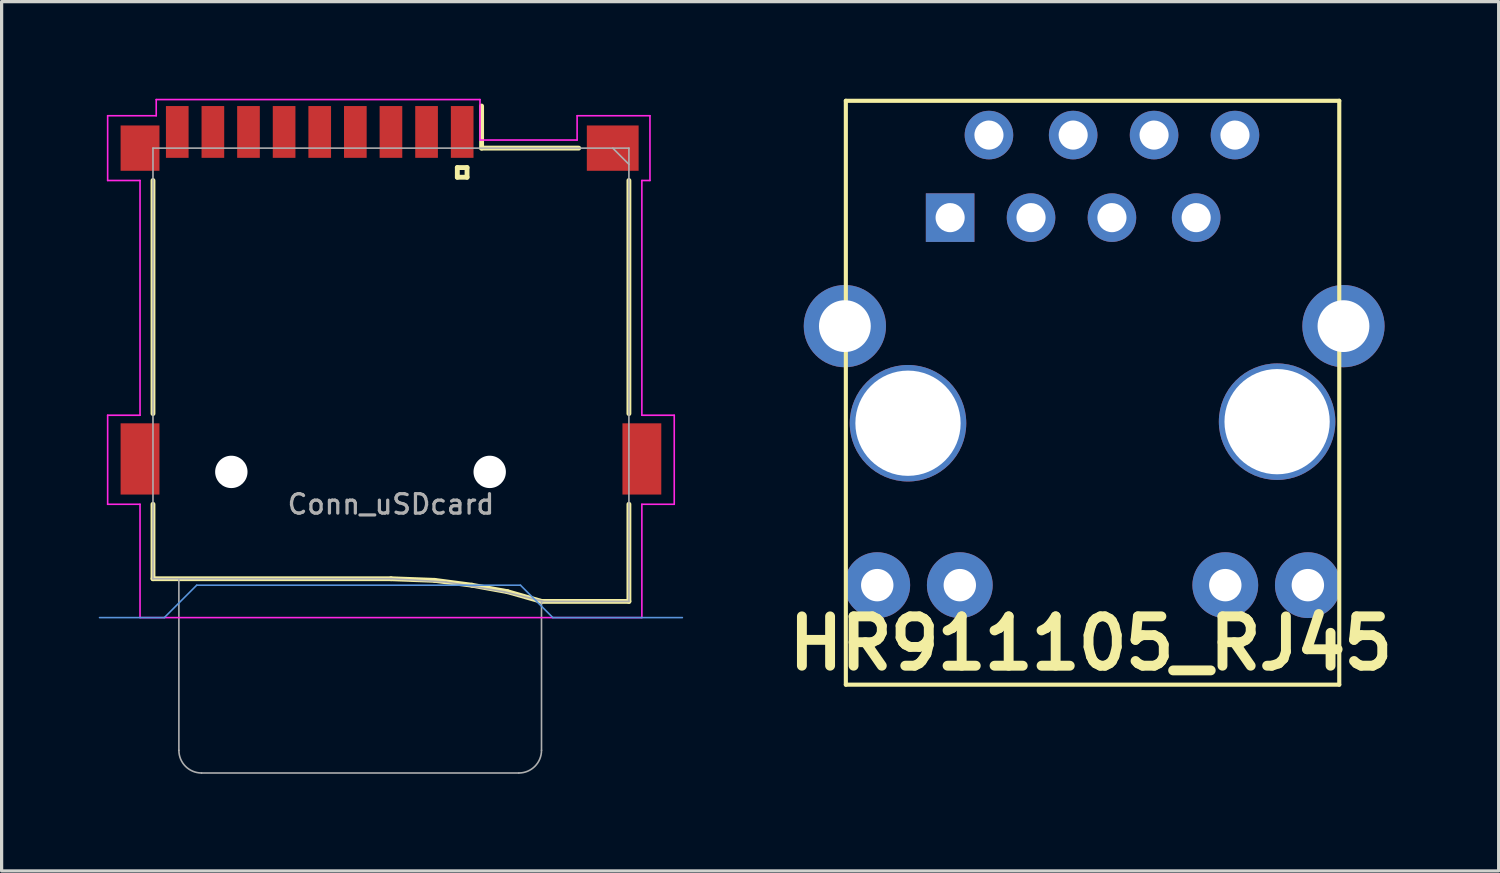
<source format=kicad_pcb>
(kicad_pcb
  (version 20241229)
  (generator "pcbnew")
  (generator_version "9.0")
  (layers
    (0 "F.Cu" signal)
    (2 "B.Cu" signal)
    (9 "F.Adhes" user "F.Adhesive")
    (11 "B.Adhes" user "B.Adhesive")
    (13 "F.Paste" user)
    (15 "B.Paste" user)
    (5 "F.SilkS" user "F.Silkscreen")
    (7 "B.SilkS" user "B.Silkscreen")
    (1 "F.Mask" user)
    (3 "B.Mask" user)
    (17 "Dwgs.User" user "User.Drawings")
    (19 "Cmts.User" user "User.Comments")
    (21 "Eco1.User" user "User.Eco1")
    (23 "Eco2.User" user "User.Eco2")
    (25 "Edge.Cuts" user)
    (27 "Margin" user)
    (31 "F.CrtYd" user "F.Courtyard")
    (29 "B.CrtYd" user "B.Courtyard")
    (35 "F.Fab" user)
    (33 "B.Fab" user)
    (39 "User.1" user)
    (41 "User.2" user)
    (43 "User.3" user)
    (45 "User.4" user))
  (footprint "Conn_uSDcard"
    (layer "F.Cu")
    (at 9.025 11.525)
    (property "Reference" "Conn_uSDcard" (at 0 1 180) (layer "F.Fab") (effects (font (size 0.6 0.6) (thickness 0.1))))
    (attr through_hole)
    (fp_line (start -7.35 -1.8) (end -7.35 -9) (stroke (width 0.15) (type solid)) (layer "F.SilkS"))
    (fp_line (start -7.35 1) (end -7.35 3.3) (stroke (width 0.15) (type solid)) (layer "F.SilkS"))
    (fp_line (start -7.35 3.3) (end 0 3.3) (stroke (width 0.15) (type solid)) (layer "F.SilkS"))
    (fp_line (start 0 3.3) (end 1.35 3.35) (stroke (width 0.15) (type solid)) (layer "F.SilkS"))
    (fp_line (start 1.35 3.35) (end 2.5 3.5) (stroke (width 0.15) (type solid)) (layer "F.SilkS"))
    (fp_line (start 2.05 -9.4) (end 2.05 -9.1) (stroke (width 0.15) (type solid)) (layer "F.SilkS"))
    (fp_line (start 2.05 -9.1) (end 2.35 -9.1) (stroke (width 0.15) (type solid)) (layer "F.SilkS"))
    (fp_line (start 2.35 -9.4) (end 2.05 -9.4) (stroke (width 0.15) (type solid)) (layer "F.SilkS"))
    (fp_line (start 2.35 -9.1) (end 2.35 -9.4) (stroke (width 0.15) (type solid)) (layer "F.SilkS"))
    (fp_line (start 2.5 3.5) (end 3.6 3.7) (stroke (width 0.15) (type solid)) (layer "F.SilkS"))
    (fp_line (start 2.8 -10) (end 2.8 -11.3) (stroke (width 0.15) (type solid)) (layer "F.SilkS"))
    (fp_line (start 2.8 -10) (end 5.8 -10) (stroke (width 0.15) (type solid)) (layer "F.SilkS"))
    (fp_line (start 3.6 3.7) (end 4.65 4) (stroke (width 0.15) (type solid)) (layer "F.SilkS"))
    (fp_line (start 4.65 4) (end 7.35 4) (stroke (width 0.15) (type solid)) (layer "F.SilkS"))
    (fp_line (start 7.35 -9) (end 7.35 -1.8) (stroke (width 0.15) (type solid)) (layer "F.SilkS"))
    (fp_line (start 7.35 4) (end 7.35 1) (stroke (width 0.15) (type solid)) (layer "F.SilkS"))
    (fp_line (start -9 4.5) (end -7 4.5) (stroke (width 0.05) (type solid)) (layer "Cmts.User"))
    (fp_line (start -7 4.5) (end -6 3.5) (stroke (width 0.05) (type solid)) (layer "Cmts.User"))
    (fp_line (start -6 3.5) (end 4 3.5) (stroke (width 0.05) (type solid)) (layer "Cmts.User"))
    (fp_line (start 4 3.5) (end 5 4.5) (stroke (width 0.05) (type solid)) (layer "Cmts.User"))
    (fp_line (start 5 4.5) (end 9 4.5) (stroke (width 0.05) (type solid)) (layer "Cmts.User"))
    (fp_line (start -8.75 -11) (end -7.25 -11) (stroke (width 0.05) (type solid)) (layer "F.CrtYd"))
    (fp_line (start -8.75 -9) (end -8.75 -11) (stroke (width 0.05) (type solid)) (layer "F.CrtYd"))
    (fp_line (start -8.75 -1.75) (end -7.75 -1.75) (stroke (width 0.05) (type solid)) (layer "F.CrtYd"))
    (fp_line (start -8.75 1) (end -8.75 -1.75) (stroke (width 0.05) (type solid)) (layer "F.CrtYd"))
    (fp_line (start -7.75 -9) (end -8.75 -9) (stroke (width 0.05) (type solid)) (layer "F.CrtYd"))
    (fp_line (start -7.75 -1.75) (end -7.75 -9) (stroke (width 0.05) (type solid)) (layer "F.CrtYd"))
    (fp_line (start -7.75 1) (end -8.75 1) (stroke (width 0.05) (type solid)) (layer "F.CrtYd"))
    (fp_line (start -7.75 4.5) (end -7.75 1) (stroke (width 0.05) (type solid)) (layer "F.CrtYd"))
    (fp_line (start -7.75 4.5) (end 7.75 4.5) (stroke (width 0.05) (type solid)) (layer "F.CrtYd"))
    (fp_line (start -7.25 -11.5) (end 2.75 -11.5) (stroke (width 0.05) (type solid)) (layer "F.CrtYd"))
    (fp_line (start -7.25 -11) (end -7.25 -11.5) (stroke (width 0.05) (type solid)) (layer "F.CrtYd"))
    (fp_line (start 2.75 -11.5) (end 2.75 -10.25) (stroke (width 0.05) (type solid)) (layer "F.CrtYd"))
    (fp_line (start 2.75 -10.25) (end 5.75 -10.25) (stroke (width 0.05) (type solid)) (layer "F.CrtYd"))
    (fp_line (start 5.75 -11) (end 8 -11) (stroke (width 0.05) (type solid)) (layer "F.CrtYd"))
    (fp_line (start 5.75 -10.25) (end 5.75 -11) (stroke (width 0.05) (type solid)) (layer "F.CrtYd"))
    (fp_line (start 7.75 -9) (end 7.75 -1.75) (stroke (width 0.05) (type solid)) (layer "F.CrtYd"))
    (fp_line (start 7.75 -1.75) (end 8.75 -1.75) (stroke (width 0.05) (type solid)) (layer "F.CrtYd"))
    (fp_line (start 7.75 1) (end 7.75 4.5) (stroke (width 0.05) (type solid)) (layer "F.CrtYd"))
    (fp_line (start 8 -11) (end 8 -9) (stroke (width 0.05) (type solid)) (layer "F.CrtYd"))
    (fp_line (start 8 -9) (end 7.75 -9) (stroke (width 0.05) (type solid)) (layer "F.CrtYd"))
    (fp_line (start 8.75 -1.75) (end 8.75 1) (stroke (width 0.05) (type solid)) (layer "F.CrtYd"))
    (fp_line (start 8.75 1) (end 7.75 1) (stroke (width 0.05) (type solid)) (layer "F.CrtYd"))
    (fp_line (start -7.35 -10) (end -7.35 3.3) (stroke (width 0.05) (type solid)) (layer "F.Fab"))
    (fp_line (start -7.35 -10) (end 7.35 -10) (stroke (width 0.05) (type solid)) (layer "F.Fab"))
    (fp_line (start -7.35 3.3) (end 0 3.3) (stroke (width 0.05) (type solid)) (layer "F.Fab"))
    (fp_line (start -6.55 8.6) (end -6.55 3.3) (stroke (width 0.05) (type solid)) (layer "F.Fab"))
    (fp_line (start -5.85 9.3) (end 3.95 9.3) (stroke (width 0.05) (type solid)) (layer "F.Fab"))
    (fp_line (start 0 3.3) (end 1.7 3.4) (stroke (width 0.05) (type solid)) (layer "F.Fab"))
    (fp_line (start 1.7 3.4) (end 3.5 3.7) (stroke (width 0.05) (type solid)) (layer "F.Fab"))
    (fp_line (start 3.5 3.7) (end 4.7 4) (stroke (width 0.05) (type solid)) (layer "F.Fab"))
    (fp_line (start 4.65 4) (end 7.35 4) (stroke (width 0.05) (type solid)) (layer "F.Fab"))
    (fp_line (start 4.65 8.6) (end 4.65 4) (stroke (width 0.05) (type solid)) (layer "F.Fab"))
    (fp_line (start 7.35 -10) (end 7.35 4) (stroke (width 0.05) (type solid)) (layer "F.Fab"))
    (fp_line (start 7.35 -9.5) (end 6.85 -10) (stroke (width 0.05) (type solid)) (layer "F.Fab"))
    (fp_arc (start -5.85 9.3) (mid -6.344975 9.094975) (end -6.55 8.6) (stroke (width 0.05) (type solid)) (layer "F.Fab"))
    (fp_arc (start 4.65 8.6) (mid 4.444975 9.094975) (end 3.95 9.3) (stroke (width 0.05) (type solid)) (layer "F.Fab"))
    (fp_text user "${REFERENCE}" (at 2.1 -9.35 180) (layer "Eco1.User") (effects (font (size 0.3 0.3) (thickness 0.03))))
    (pad "" np_thru_hole circle (at -4.93 0) (size 1 1) (drill 1) (layers "*.Cu"))
    (pad "" np_thru_hole circle (at 3.05 0) (size 1 1) (drill 1) (layers "*.Cu"))
    (pad "1" smd rect (at 2.2 -10.5) (size 0.7 1.6) (layers "F.Cu" "F.Mask" "F.Paste"))
    (pad "2" smd rect (at 1.1 -10.5) (size 0.7 1.6) (layers "F.Cu" "F.Mask" "F.Paste"))
    (pad "3" smd rect (at 0 -10.5) (size 0.7 1.6) (layers "F.Cu" "F.Mask" "F.Paste"))
    (pad "4" smd rect (at -1.1 -10.5) (size 0.7 1.6) (layers "F.Cu" "F.Mask" "F.Paste"))
    (pad "5" smd rect (at -2.2 -10.5) (size 0.7 1.6) (layers "F.Cu" "F.Mask" "F.Paste"))
    (pad "6" smd rect (at -7.75 -10) (size 1.2 1.4) (layers "F.Cu" "F.Mask" "F.Paste"))
    (pad "6" smd rect (at -7.75 -0.4) (size 1.2 2.2) (layers "F.Cu" "F.Mask" "F.Paste"))
    (pad "6" smd rect (at -3.3 -10.5) (size 0.7 1.6) (layers "F.Cu" "F.Mask" "F.Paste"))
    (pad "6" smd rect (at 6.85 -10) (size 1.6 1.4) (layers "F.Cu" "F.Mask" "F.Paste"))
    (pad "6" smd rect (at 7.75 -0.4) (size 1.2 2.2) (layers "F.Cu" "F.Mask" "F.Paste"))
    (pad "7" smd rect (at -4.4 -10.5) (size 0.7 1.6) (layers "F.Cu" "F.Mask" "F.Paste"))
    (pad "8" smd rect (at -5.5 -10.5) (size 0.7 1.6) (layers "F.Cu" "F.Mask" "F.Paste"))
    (pad "9" smd rect (at -6.6 -10.5) (size 0.7 1.6) (layers "F.Cu" "F.Mask" "F.Paste")))
  (footprint "HR911105_RJ45"
    (layer "F.Cu")
    (at 30.695 10.223)
    (property "Reference" "HR911105_RJ45" (at -0.051 6.599 0) (layer "F.SilkS") (effects (font (size 1.524 1.524) (thickness 0.305))))
    (attr through_hole)
    (fp_line (start -7.62 -10.16) (end -7.62 7.874) (stroke (width 0.127) (type solid)) (layer "F.SilkS"))
    (fp_line (start -7.62 7.874) (end 7.62 7.874) (stroke (width 0.127) (type solid)) (layer "F.SilkS"))
    (fp_line (start 7.62 -10.16) (end -7.62 -10.16) (stroke (width 0.127) (type solid)) (layer "F.SilkS"))
    (fp_line (start 7.62 7.874) (end 7.62 -10.16) (stroke (width 0.127) (type solid)) (layer "F.SilkS"))
    (pad "0" thru_hole circle (at -7.65 -3.2) (size 2.54 2.54) (drill 1.6) (layers "*.Cu" "*.Mask"))
    (pad "0" thru_hole circle (at 7.75 -3.2) (size 2.54 2.54) (drill 1.6) (layers "*.Cu" "*.Mask"))
    (pad "1" thru_hole rect (at -4.399 -6.551) (size 1.5 1.5) (drill 0.899) (layers "*.Cu" "*.Mask"))
    (pad "2" thru_hole circle (at -3.2 -9.101) (size 1.5 1.5) (drill 0.899) (layers "*.Cu" "*.Mask"))
    (pad "3" thru_hole circle (at -1.9 -6.551) (size 1.5 1.5) (drill 0.899) (layers "*.Cu" "*.Mask"))
    (pad "4" thru_hole circle (at -0.599 -9.101) (size 1.5 1.5) (drill 0.899) (layers "*.Cu" "*.Mask"))
    (pad "5" thru_hole circle (at 0.599 -6.551) (size 1.5 1.5) (drill 0.899) (layers "*.Cu" "*.Mask"))
    (pad "6" thru_hole circle (at 1.9 -9.101) (size 1.5 1.5) (drill 0.899) (layers "*.Cu" "*.Mask"))
    (pad "7" thru_hole circle (at 3.2 -6.551) (size 1.5 1.5) (drill 0.899) (layers "*.Cu" "*.Mask"))
    (pad "8" thru_hole circle (at 4.399 -9.101) (size 1.5 1.5) (drill 0.899) (layers "*.Cu" "*.Mask"))
    (pad "9" thru_hole circle (at -6.65 4.8) (size 2.032 2.032) (drill 1.001) (layers "*.Cu" "*.Mask"))
    (pad "10" thru_hole circle (at -4.1 4.8) (size 2.032 2.032) (drill 1.001) (layers "*.Cu" "*.Mask"))
    (pad "11" thru_hole circle (at 4.1 4.8) (size 2.032 2.032) (drill 1.001) (layers "*.Cu" "*.Mask"))
    (pad "12" thru_hole circle (at 6.65 4.8) (size 2.032 2.032) (drill 1.001) (layers "*.Cu" "*.Mask"))
    (pad "Hole" thru_hole circle (at -5.7 -0.201) (size 3.599 3.599) (drill 3.251) (layers "*.Cu" "*.Mask"))
    (pad "Hole" thru_hole circle (at 5.7 -0.249) (size 3.599 3.599) (drill 3.251) (layers "*.Cu" "*.Mask")))
  (gr_rect
    (start -3 -3)
    (end 43.238 23.85)
    (stroke (width 0.1) (type default))
    (fill no)
    (layer "Edge.Cuts")))
</source>
